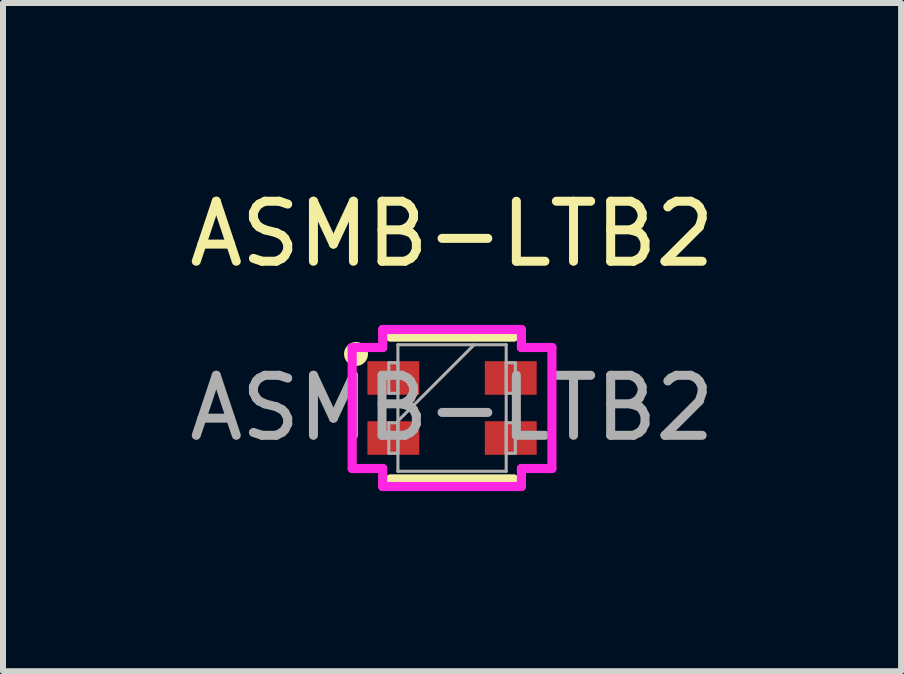
<source format=kicad_pcb>
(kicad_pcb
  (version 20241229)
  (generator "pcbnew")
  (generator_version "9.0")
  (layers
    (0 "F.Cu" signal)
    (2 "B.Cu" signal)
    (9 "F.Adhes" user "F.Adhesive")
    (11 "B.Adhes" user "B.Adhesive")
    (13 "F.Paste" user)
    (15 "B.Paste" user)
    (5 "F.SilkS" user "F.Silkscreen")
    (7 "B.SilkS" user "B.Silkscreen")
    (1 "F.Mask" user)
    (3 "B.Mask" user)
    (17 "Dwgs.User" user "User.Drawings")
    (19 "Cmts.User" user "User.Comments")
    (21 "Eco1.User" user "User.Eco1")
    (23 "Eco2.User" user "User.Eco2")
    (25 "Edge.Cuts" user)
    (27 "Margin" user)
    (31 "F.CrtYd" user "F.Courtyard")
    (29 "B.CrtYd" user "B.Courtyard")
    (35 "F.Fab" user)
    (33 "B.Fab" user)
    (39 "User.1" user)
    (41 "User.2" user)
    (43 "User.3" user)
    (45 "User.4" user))
  (footprint "ASMB-LTB2"
    (layer "F.Cu")
    (at 4.482 3.748)
    (property "Reference" "ASMB-LTB2" (at 0 -2.9 0) (unlocked yes) (layer "F.SilkS") (effects (font (size 1 1) (thickness 0.15))))
    (attr smd)
    (fp_line (start -1.029 1.181) (end 1.029 1.181) (stroke (width 0.152) (type solid)) (layer "F.SilkS"))
    (fp_line (start 1.029 -1.181) (end -1.029 -1.181) (stroke (width 0.152) (type solid)) (layer "F.SilkS"))
    (fp_circle (center -1.6 -0.9) (end -1.6 -0.9) (stroke (width 0.2) (type default)) (fill no) (layer "F.SilkS"))
    (fp_line (start -1.664 -1.008) (end -1.156 -1.008) (stroke (width 0.152) (type solid)) (layer "F.CrtYd"))
    (fp_line (start -1.664 1.008) (end -1.664 -1.008) (stroke (width 0.152) (type solid)) (layer "F.CrtYd"))
    (fp_line (start -1.664 1.008) (end -1.156 1.008) (stroke (width 0.152) (type solid)) (layer "F.CrtYd"))
    (fp_line (start -1.156 -1.308) (end -0.008 -1.308) (stroke (width 0.152) (type solid)) (layer "F.CrtYd"))
    (fp_line (start -1.156 -1.008) (end -1.156 -1.308) (stroke (width 0.152) (type solid)) (layer "F.CrtYd"))
    (fp_line (start -1.156 1.308) (end -1.156 1.008) (stroke (width 0.152) (type solid)) (layer "F.CrtYd"))
    (fp_line (start -0.008 1.308) (end -1.156 1.308) (stroke (width 0.152) (type solid)) (layer "F.CrtYd"))
    (fp_line (start 0.008 -1.308) (end 1.156 -1.308) (stroke (width 0.152) (type solid)) (layer "F.CrtYd"))
    (fp_line (start 1.156 -1.308) (end 1.156 -1.008) (stroke (width 0.152) (type solid)) (layer "F.CrtYd"))
    (fp_line (start 1.156 -1.008) (end 1.664 -1.008) (stroke (width 0.152) (type solid)) (layer "F.CrtYd"))
    (fp_line (start 1.156 1.008) (end 1.156 1.308) (stroke (width 0.152) (type solid)) (layer "F.CrtYd"))
    (fp_line (start 1.156 1.308) (end 0.008 1.308) (stroke (width 0.152) (type solid)) (layer "F.CrtYd"))
    (fp_line (start 1.664 -1.008) (end 1.664 1.008) (stroke (width 0.152) (type solid)) (layer "F.CrtYd"))
    (fp_line (start 1.664 1.008) (end 1.156 1.008) (stroke (width 0.152) (type solid)) (layer "F.CrtYd"))
    (fp_line (start -1.054 -0.754) (end -1.054 -0.246) (stroke (width 0.051) (type solid)) (layer "F.Fab"))
    (fp_line (start -1.054 -0.246) (end -0.902 -0.246) (stroke (width 0.051) (type solid)) (layer "F.Fab"))
    (fp_line (start -1.054 0.246) (end -1.054 0.754) (stroke (width 0.051) (type solid)) (layer "F.Fab"))
    (fp_line (start -1.054 0.754) (end -0.902 0.754) (stroke (width 0.051) (type solid)) (layer "F.Fab"))
    (fp_line (start -0.902 -1.054) (end -0.902 1.054) (stroke (width 0.051) (type solid)) (layer "F.Fab"))
    (fp_line (start -0.902 -0.754) (end -1.054 -0.754) (stroke (width 0.051) (type solid)) (layer "F.Fab"))
    (fp_line (start -0.902 -0.246) (end -0.902 -0.754) (stroke (width 0.051) (type solid)) (layer "F.Fab"))
    (fp_line (start -0.902 0.216) (end 0.368 -1.054) (stroke (width 0.051) (type solid)) (layer "F.Fab"))
    (fp_line (start -0.902 0.246) (end -1.054 0.246) (stroke (width 0.051) (type solid)) (layer "F.Fab"))
    (fp_line (start -0.902 0.754) (end -0.902 0.246) (stroke (width 0.051) (type solid)) (layer "F.Fab"))
    (fp_line (start -0.902 1.054) (end 0.902 1.054) (stroke (width 0.051) (type solid)) (layer "F.Fab"))
    (fp_line (start 0.902 -1.054) (end -0.902 -1.054) (stroke (width 0.051) (type solid)) (layer "F.Fab"))
    (fp_line (start 0.902 -0.754) (end 0.902 -0.246) (stroke (width 0.051) (type solid)) (layer "F.Fab"))
    (fp_line (start 0.902 -0.246) (end 1.054 -0.246) (stroke (width 0.051) (type solid)) (layer "F.Fab"))
    (fp_line (start 0.902 0.246) (end 0.902 0.754) (stroke (width 0.051) (type solid)) (layer "F.Fab"))
    (fp_line (start 0.902 0.754) (end 1.054 0.754) (stroke (width 0.051) (type solid)) (layer "F.Fab"))
    (fp_line (start 0.902 1.054) (end 0.902 -1.054) (stroke (width 0.051) (type solid)) (layer "F.Fab"))
    (fp_line (start 1.054 -0.754) (end 0.902 -0.754) (stroke (width 0.051) (type solid)) (layer "F.Fab"))
    (fp_line (start 1.054 -0.246) (end 1.054 -0.754) (stroke (width 0.051) (type solid)) (layer "F.Fab"))
    (fp_line (start 1.054 0.246) (end 0.902 0.246) (stroke (width 0.051) (type solid)) (layer "F.Fab"))
    (fp_line (start 1.054 0.754) (end 1.054 0.246) (stroke (width 0.051) (type solid)) (layer "F.Fab"))
    (fp_text user "${REFERENCE}" (at 0 0 0) (unlocked yes) (layer "F.Fab") (effects (font (size 1 1) (thickness 0.15))))
    (pad "1" smd rect (at -0.978 -0.5 90) (size 0.559 0.864) (layers "F.Cu" "F.Mask" "F.Paste"))
    (pad "2" smd rect (at -0.978 0.5 90) (size 0.559 0.864) (layers "F.Cu" "F.Mask" "F.Paste"))
    (pad "3" smd rect (at 0.978 0.5 90) (size 0.559 0.864) (layers "F.Cu" "F.Mask" "F.Paste"))
    (pad "4" smd rect (at 0.978 -0.5 90) (size 0.559 0.864) (layers "F.Cu" "F.Mask" "F.Paste")))
  (gr_rect
    (start -3 -3)
    (end 11.964 8.133)
    (stroke (width 0.1) (type default))
    (fill no)
    (layer "Edge.Cuts")))
</source>
